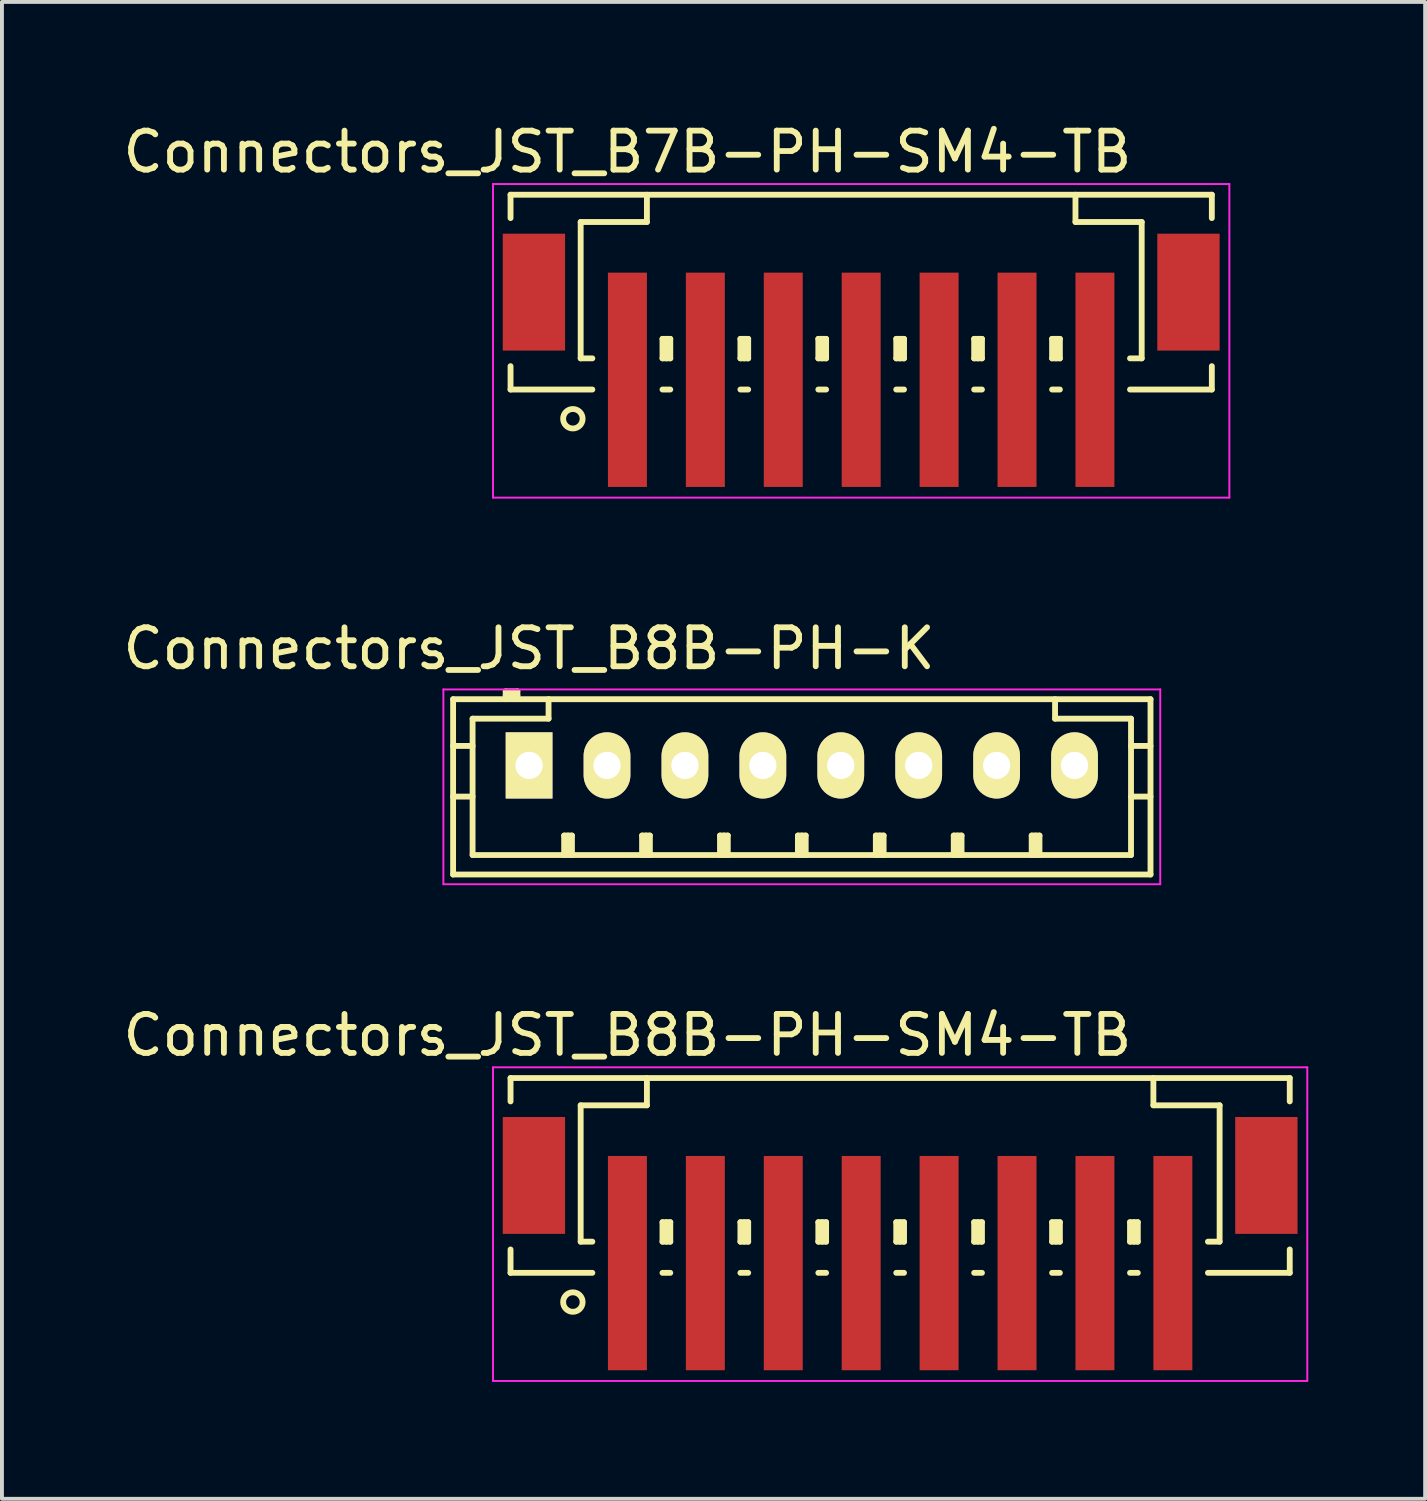
<source format=kicad_pcb>
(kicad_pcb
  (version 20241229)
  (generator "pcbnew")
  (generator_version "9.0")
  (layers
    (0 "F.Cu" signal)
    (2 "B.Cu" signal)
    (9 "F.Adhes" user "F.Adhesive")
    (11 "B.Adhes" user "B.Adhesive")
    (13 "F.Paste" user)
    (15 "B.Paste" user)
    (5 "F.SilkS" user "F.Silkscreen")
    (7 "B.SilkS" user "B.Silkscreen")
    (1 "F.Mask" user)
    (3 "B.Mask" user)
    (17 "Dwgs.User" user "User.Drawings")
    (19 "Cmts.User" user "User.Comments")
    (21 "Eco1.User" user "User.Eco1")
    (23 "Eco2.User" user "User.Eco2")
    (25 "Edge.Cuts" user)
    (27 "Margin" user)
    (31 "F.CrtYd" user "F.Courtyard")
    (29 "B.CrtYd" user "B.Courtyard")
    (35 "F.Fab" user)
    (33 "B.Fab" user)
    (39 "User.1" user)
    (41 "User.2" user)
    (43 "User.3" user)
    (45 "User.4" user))
  (footprint "Connectors_JST_B7B-PH-SM4-TB"
    (layer "F.Cu")
    (at 19.054 5.573)
    (property "Reference" "Connectors_JST_B7B-PH-SM4-TB" (at -6 -4.725 0) (layer "F.SilkS") (effects (font (size 1 1) (thickness 0.15))))
    (attr smd)
    (fp_line (start -9 -3.625) (end 9 -3.625) (stroke (width 0.15) (type solid)) (layer "F.SilkS"))
    (fp_line (start -9 -3.025) (end -9 -3.625) (stroke (width 0.15) (type solid)) (layer "F.SilkS"))
    (fp_line (start -9 0.775) (end -9 1.375) (stroke (width 0.15) (type solid)) (layer "F.SilkS"))
    (fp_line (start -9 1.375) (end -6.9 1.375) (stroke (width 0.15) (type solid)) (layer "F.SilkS"))
    (fp_line (start -7.2 -2.925) (end -7.2 0.575) (stroke (width 0.15) (type solid)) (layer "F.SilkS"))
    (fp_line (start -7.2 0.575) (end -6.9 0.575) (stroke (width 0.15) (type solid)) (layer "F.SilkS"))
    (fp_line (start -5.5 -3.625) (end -5.5 -2.925) (stroke (width 0.15) (type solid)) (layer "F.SilkS"))
    (fp_line (start -5.5 -2.925) (end -7.2 -2.925) (stroke (width 0.15) (type solid)) (layer "F.SilkS"))
    (fp_line (start -5.1 0.075) (end -4.9 0.075) (stroke (width 0.15) (type solid)) (layer "F.SilkS"))
    (fp_line (start -5.1 0.575) (end -5.1 0.075) (stroke (width 0.15) (type solid)) (layer "F.SilkS"))
    (fp_line (start -5.1 0.575) (end -4.9 0.575) (stroke (width 0.15) (type solid)) (layer "F.SilkS"))
    (fp_line (start -5.1 1.375) (end -4.9 1.375) (stroke (width 0.15) (type solid)) (layer "F.SilkS"))
    (fp_line (start -5 0.575) (end -5 0.075) (stroke (width 0.15) (type solid)) (layer "F.SilkS"))
    (fp_line (start -4.9 0.075) (end -4.9 0.575) (stroke (width 0.15) (type solid)) (layer "F.SilkS"))
    (fp_line (start -3.1 0.075) (end -2.9 0.075) (stroke (width 0.15) (type solid)) (layer "F.SilkS"))
    (fp_line (start -3.1 0.575) (end -3.1 0.075) (stroke (width 0.15) (type solid)) (layer "F.SilkS"))
    (fp_line (start -3.1 0.575) (end -2.9 0.575) (stroke (width 0.15) (type solid)) (layer "F.SilkS"))
    (fp_line (start -3.1 1.375) (end -2.9 1.375) (stroke (width 0.15) (type solid)) (layer "F.SilkS"))
    (fp_line (start -3 0.575) (end -3 0.075) (stroke (width 0.15) (type solid)) (layer "F.SilkS"))
    (fp_line (start -2.9 0.075) (end -2.9 0.575) (stroke (width 0.15) (type solid)) (layer "F.SilkS"))
    (fp_line (start -1.1 0.075) (end -0.9 0.075) (stroke (width 0.15) (type solid)) (layer "F.SilkS"))
    (fp_line (start -1.1 0.575) (end -1.1 0.075) (stroke (width 0.15) (type solid)) (layer "F.SilkS"))
    (fp_line (start -1.1 0.575) (end -0.9 0.575) (stroke (width 0.15) (type solid)) (layer "F.SilkS"))
    (fp_line (start -1.1 1.375) (end -0.9 1.375) (stroke (width 0.15) (type solid)) (layer "F.SilkS"))
    (fp_line (start -1 0.575) (end -1 0.075) (stroke (width 0.15) (type solid)) (layer "F.SilkS"))
    (fp_line (start -0.9 0.075) (end -0.9 0.575) (stroke (width 0.15) (type solid)) (layer "F.SilkS"))
    (fp_line (start 0.9 0.075) (end 1.1 0.075) (stroke (width 0.15) (type solid)) (layer "F.SilkS"))
    (fp_line (start 0.9 0.575) (end 0.9 0.075) (stroke (width 0.15) (type solid)) (layer "F.SilkS"))
    (fp_line (start 0.9 0.575) (end 1.1 0.575) (stroke (width 0.15) (type solid)) (layer "F.SilkS"))
    (fp_line (start 0.9 1.375) (end 1.1 1.375) (stroke (width 0.15) (type solid)) (layer "F.SilkS"))
    (fp_line (start 1 0.575) (end 1 0.075) (stroke (width 0.15) (type solid)) (layer "F.SilkS"))
    (fp_line (start 1.1 0.075) (end 1.1 0.575) (stroke (width 0.15) (type solid)) (layer "F.SilkS"))
    (fp_line (start 2.9 0.075) (end 3.1 0.075) (stroke (width 0.15) (type solid)) (layer "F.SilkS"))
    (fp_line (start 2.9 0.575) (end 2.9 0.075) (stroke (width 0.15) (type solid)) (layer "F.SilkS"))
    (fp_line (start 2.9 0.575) (end 3.1 0.575) (stroke (width 0.15) (type solid)) (layer "F.SilkS"))
    (fp_line (start 2.9 1.375) (end 3.1 1.375) (stroke (width 0.15) (type solid)) (layer "F.SilkS"))
    (fp_line (start 3 0.575) (end 3 0.075) (stroke (width 0.15) (type solid)) (layer "F.SilkS"))
    (fp_line (start 3.1 0.075) (end 3.1 0.575) (stroke (width 0.15) (type solid)) (layer "F.SilkS"))
    (fp_line (start 4.9 0.075) (end 5.1 0.075) (stroke (width 0.15) (type solid)) (layer "F.SilkS"))
    (fp_line (start 4.9 0.575) (end 4.9 0.075) (stroke (width 0.15) (type solid)) (layer "F.SilkS"))
    (fp_line (start 4.9 0.575) (end 5.1 0.575) (stroke (width 0.15) (type solid)) (layer "F.SilkS"))
    (fp_line (start 4.9 1.375) (end 5.1 1.375) (stroke (width 0.15) (type solid)) (layer "F.SilkS"))
    (fp_line (start 5 0.575) (end 5 0.075) (stroke (width 0.15) (type solid)) (layer "F.SilkS"))
    (fp_line (start 5.1 0.075) (end 5.1 0.575) (stroke (width 0.15) (type solid)) (layer "F.SilkS"))
    (fp_line (start 5.5 -3.625) (end 5.5 -2.925) (stroke (width 0.15) (type solid)) (layer "F.SilkS"))
    (fp_line (start 5.5 -2.925) (end 7.2 -2.925) (stroke (width 0.15) (type solid)) (layer "F.SilkS"))
    (fp_line (start 7.2 -2.925) (end 7.2 0.575) (stroke (width 0.15) (type solid)) (layer "F.SilkS"))
    (fp_line (start 7.2 0.575) (end 6.9 0.575) (stroke (width 0.15) (type solid)) (layer "F.SilkS"))
    (fp_line (start 9 -3.625) (end 9 -3.025) (stroke (width 0.15) (type solid)) (layer "F.SilkS"))
    (fp_line (start 9 0.775) (end 9 1.375) (stroke (width 0.15) (type solid)) (layer "F.SilkS"))
    (fp_line (start 9 1.375) (end 6.9 1.375) (stroke (width 0.15) (type solid)) (layer "F.SilkS"))
    (fp_circle (center -7.4 2.125) (end -7.15 2.125) (stroke (width 0.15) (type solid)) (fill no) (layer "F.SilkS"))
    (fp_line (start -9.45 -3.9) (end 9.45 -3.9) (stroke (width 0.05) (type solid)) (layer "F.CrtYd"))
    (fp_line (start -9.45 4.15) (end -9.45 -3.9) (stroke (width 0.05) (type solid)) (layer "F.CrtYd"))
    (fp_line (start 9.45 -3.9) (end 9.45 4.15) (stroke (width 0.05) (type solid)) (layer "F.CrtYd"))
    (fp_line (start 9.45 4.15) (end -9.45 4.15) (stroke (width 0.05) (type solid)) (layer "F.CrtYd"))
    (pad "" smd rect (at -8.4 -1.125) (size 1.6 3) (layers "F.Cu" "F.Mask" "F.Paste"))
    (pad "" smd rect (at 8.4 -1.125) (size 1.6 3) (layers "F.Cu" "F.Mask" "F.Paste"))
    (pad "1" smd rect (at -6 1.125) (size 1 5.5) (layers "F.Cu" "F.Mask" "F.Paste"))
    (pad "2" smd rect (at -4 1.125) (size 1 5.5) (layers "F.Cu" "F.Mask" "F.Paste"))
    (pad "3" smd rect (at -2 1.125) (size 1 5.5) (layers "F.Cu" "F.Mask" "F.Paste"))
    (pad "4" smd rect (at 0 1.125) (size 1 5.5) (layers "F.Cu" "F.Mask" "F.Paste"))
    (pad "5" smd rect (at 2 1.125) (size 1 5.5) (layers "F.Cu" "F.Mask" "F.Paste"))
    (pad "6" smd rect (at 4 1.125) (size 1 5.5) (layers "F.Cu" "F.Mask" "F.Paste"))
    (pad "7" smd rect (at 6 1.125) (size 1 5.5) (layers "F.Cu" "F.Mask" "F.Paste")))
  (footprint "Connectors_JST_B8B-PH-SM4-TB"
    (layer "F.Cu")
    (at 20.054 28.245)
    (property "Reference" "Connectors_JST_B8B-PH-SM4-TB" (at -7 -4.725 0) (layer "F.SilkS") (effects (font (size 1 1) (thickness 0.15))))
    (attr smd)
    (fp_line (start -10 -3.625) (end 10 -3.625) (stroke (width 0.15) (type solid)) (layer "F.SilkS"))
    (fp_line (start -10 -3.025) (end -10 -3.625) (stroke (width 0.15) (type solid)) (layer "F.SilkS"))
    (fp_line (start -10 0.775) (end -10 1.375) (stroke (width 0.15) (type solid)) (layer "F.SilkS"))
    (fp_line (start -10 1.375) (end -7.9 1.375) (stroke (width 0.15) (type solid)) (layer "F.SilkS"))
    (fp_line (start -8.2 -2.925) (end -8.2 0.575) (stroke (width 0.15) (type solid)) (layer "F.SilkS"))
    (fp_line (start -8.2 0.575) (end -7.9 0.575) (stroke (width 0.15) (type solid)) (layer "F.SilkS"))
    (fp_line (start -6.5 -3.625) (end -6.5 -2.925) (stroke (width 0.15) (type solid)) (layer "F.SilkS"))
    (fp_line (start -6.5 -2.925) (end -8.2 -2.925) (stroke (width 0.15) (type solid)) (layer "F.SilkS"))
    (fp_line (start -6.1 0.075) (end -5.9 0.075) (stroke (width 0.15) (type solid)) (layer "F.SilkS"))
    (fp_line (start -6.1 0.575) (end -6.1 0.075) (stroke (width 0.15) (type solid)) (layer "F.SilkS"))
    (fp_line (start -6.1 0.575) (end -5.9 0.575) (stroke (width 0.15) (type solid)) (layer "F.SilkS"))
    (fp_line (start -6.1 1.375) (end -5.9 1.375) (stroke (width 0.15) (type solid)) (layer "F.SilkS"))
    (fp_line (start -6 0.575) (end -6 0.075) (stroke (width 0.15) (type solid)) (layer "F.SilkS"))
    (fp_line (start -5.9 0.075) (end -5.9 0.575) (stroke (width 0.15) (type solid)) (layer "F.SilkS"))
    (fp_line (start -4.1 0.075) (end -3.9 0.075) (stroke (width 0.15) (type solid)) (layer "F.SilkS"))
    (fp_line (start -4.1 0.575) (end -4.1 0.075) (stroke (width 0.15) (type solid)) (layer "F.SilkS"))
    (fp_line (start -4.1 0.575) (end -3.9 0.575) (stroke (width 0.15) (type solid)) (layer "F.SilkS"))
    (fp_line (start -4.1 1.375) (end -3.9 1.375) (stroke (width 0.15) (type solid)) (layer "F.SilkS"))
    (fp_line (start -4 0.575) (end -4 0.075) (stroke (width 0.15) (type solid)) (layer "F.SilkS"))
    (fp_line (start -3.9 0.075) (end -3.9 0.575) (stroke (width 0.15) (type solid)) (layer "F.SilkS"))
    (fp_line (start -2.1 0.075) (end -1.9 0.075) (stroke (width 0.15) (type solid)) (layer "F.SilkS"))
    (fp_line (start -2.1 0.575) (end -2.1 0.075) (stroke (width 0.15) (type solid)) (layer "F.SilkS"))
    (fp_line (start -2.1 0.575) (end -1.9 0.575) (stroke (width 0.15) (type solid)) (layer "F.SilkS"))
    (fp_line (start -2.1 1.375) (end -1.9 1.375) (stroke (width 0.15) (type solid)) (layer "F.SilkS"))
    (fp_line (start -2 0.575) (end -2 0.075) (stroke (width 0.15) (type solid)) (layer "F.SilkS"))
    (fp_line (start -1.9 0.075) (end -1.9 0.575) (stroke (width 0.15) (type solid)) (layer "F.SilkS"))
    (fp_line (start -0.1 0.075) (end 0.1 0.075) (stroke (width 0.15) (type solid)) (layer "F.SilkS"))
    (fp_line (start -0.1 0.575) (end -0.1 0.075) (stroke (width 0.15) (type solid)) (layer "F.SilkS"))
    (fp_line (start -0.1 0.575) (end 0.1 0.575) (stroke (width 0.15) (type solid)) (layer "F.SilkS"))
    (fp_line (start -0.1 1.375) (end 0.1 1.375) (stroke (width 0.15) (type solid)) (layer "F.SilkS"))
    (fp_line (start 0 0.575) (end 0 0.075) (stroke (width 0.15) (type solid)) (layer "F.SilkS"))
    (fp_line (start 0.1 0.075) (end 0.1 0.575) (stroke (width 0.15) (type solid)) (layer "F.SilkS"))
    (fp_line (start 1.9 0.075) (end 2.1 0.075) (stroke (width 0.15) (type solid)) (layer "F.SilkS"))
    (fp_line (start 1.9 0.575) (end 1.9 0.075) (stroke (width 0.15) (type solid)) (layer "F.SilkS"))
    (fp_line (start 1.9 0.575) (end 2.1 0.575) (stroke (width 0.15) (type solid)) (layer "F.SilkS"))
    (fp_line (start 1.9 1.375) (end 2.1 1.375) (stroke (width 0.15) (type solid)) (layer "F.SilkS"))
    (fp_line (start 2 0.575) (end 2 0.075) (stroke (width 0.15) (type solid)) (layer "F.SilkS"))
    (fp_line (start 2.1 0.075) (end 2.1 0.575) (stroke (width 0.15) (type solid)) (layer "F.SilkS"))
    (fp_line (start 3.9 0.075) (end 4.1 0.075) (stroke (width 0.15) (type solid)) (layer "F.SilkS"))
    (fp_line (start 3.9 0.575) (end 3.9 0.075) (stroke (width 0.15) (type solid)) (layer "F.SilkS"))
    (fp_line (start 3.9 0.575) (end 4.1 0.575) (stroke (width 0.15) (type solid)) (layer "F.SilkS"))
    (fp_line (start 3.9 1.375) (end 4.1 1.375) (stroke (width 0.15) (type solid)) (layer "F.SilkS"))
    (fp_line (start 4 0.575) (end 4 0.075) (stroke (width 0.15) (type solid)) (layer "F.SilkS"))
    (fp_line (start 4.1 0.075) (end 4.1 0.575) (stroke (width 0.15) (type solid)) (layer "F.SilkS"))
    (fp_line (start 5.9 0.075) (end 6.1 0.075) (stroke (width 0.15) (type solid)) (layer "F.SilkS"))
    (fp_line (start 5.9 0.575) (end 5.9 0.075) (stroke (width 0.15) (type solid)) (layer "F.SilkS"))
    (fp_line (start 5.9 0.575) (end 6.1 0.575) (stroke (width 0.15) (type solid)) (layer "F.SilkS"))
    (fp_line (start 5.9 1.375) (end 6.1 1.375) (stroke (width 0.15) (type solid)) (layer "F.SilkS"))
    (fp_line (start 6 0.575) (end 6 0.075) (stroke (width 0.15) (type solid)) (layer "F.SilkS"))
    (fp_line (start 6.1 0.075) (end 6.1 0.575) (stroke (width 0.15) (type solid)) (layer "F.SilkS"))
    (fp_line (start 6.5 -3.625) (end 6.5 -2.925) (stroke (width 0.15) (type solid)) (layer "F.SilkS"))
    (fp_line (start 6.5 -2.925) (end 8.2 -2.925) (stroke (width 0.15) (type solid)) (layer "F.SilkS"))
    (fp_line (start 8.2 -2.925) (end 8.2 0.575) (stroke (width 0.15) (type solid)) (layer "F.SilkS"))
    (fp_line (start 8.2 0.575) (end 7.9 0.575) (stroke (width 0.15) (type solid)) (layer "F.SilkS"))
    (fp_line (start 10 -3.625) (end 10 -3.025) (stroke (width 0.15) (type solid)) (layer "F.SilkS"))
    (fp_line (start 10 0.775) (end 10 1.375) (stroke (width 0.15) (type solid)) (layer "F.SilkS"))
    (fp_line (start 10 1.375) (end 7.9 1.375) (stroke (width 0.15) (type solid)) (layer "F.SilkS"))
    (fp_circle (center -8.4 2.125) (end -8.15 2.125) (stroke (width 0.15) (type solid)) (fill no) (layer "F.SilkS"))
    (fp_line (start -10.45 -3.9) (end 10.45 -3.9) (stroke (width 0.05) (type solid)) (layer "F.CrtYd"))
    (fp_line (start -10.45 4.15) (end -10.45 -3.9) (stroke (width 0.05) (type solid)) (layer "F.CrtYd"))
    (fp_line (start 10.45 -3.9) (end 10.45 4.15) (stroke (width 0.05) (type solid)) (layer "F.CrtYd"))
    (fp_line (start 10.45 4.15) (end -10.45 4.15) (stroke (width 0.05) (type solid)) (layer "F.CrtYd"))
    (pad "" smd rect (at -9.4 -1.125) (size 1.6 3) (layers "F.Cu" "F.Mask" "F.Paste"))
    (pad "" smd rect (at 9.4 -1.125) (size 1.6 3) (layers "F.Cu" "F.Mask" "F.Paste"))
    (pad "1" smd rect (at -7 1.125) (size 1 5.5) (layers "F.Cu" "F.Mask" "F.Paste"))
    (pad "2" smd rect (at -5 1.125) (size 1 5.5) (layers "F.Cu" "F.Mask" "F.Paste"))
    (pad "3" smd rect (at -3 1.125) (size 1 5.5) (layers "F.Cu" "F.Mask" "F.Paste"))
    (pad "4" smd rect (at -1 1.125) (size 1 5.5) (layers "F.Cu" "F.Mask" "F.Paste"))
    (pad "5" smd rect (at 1 1.125) (size 1 5.5) (layers "F.Cu" "F.Mask" "F.Paste"))
    (pad "6" smd rect (at 3 1.125) (size 1 5.5) (layers "F.Cu" "F.Mask" "F.Paste"))
    (pad "7" smd rect (at 5 1.125) (size 1 5.5) (layers "F.Cu" "F.Mask" "F.Paste"))
    (pad "8" smd rect (at 7 1.125) (size 1 5.5) (layers "F.Cu" "F.Mask" "F.Paste")))
  (footprint "Connectors_JST_B8B-PH-K"
    (layer "F.Cu")
    (at 10.53 16.596)
    (property "Reference" "Connectors_JST_B8B-PH-K" (at 0 -3 0) (layer "F.SilkS") (effects (font (size 1 1) (thickness 0.15))))
    (attr through_hole)
    (fp_line (start -1.95 -1.7) (end 15.95 -1.7) (stroke (width 0.15) (type solid)) (layer "F.SilkS"))
    (fp_line (start -1.95 -0.5) (end -1.45 -0.5) (stroke (width 0.15) (type solid)) (layer "F.SilkS"))
    (fp_line (start -1.95 0.8) (end -1.45 0.8) (stroke (width 0.15) (type solid)) (layer "F.SilkS"))
    (fp_line (start -1.95 2.8) (end -1.95 -1.7) (stroke (width 0.15) (type solid)) (layer "F.SilkS"))
    (fp_line (start -1.45 -1.2) (end -1.45 2.3) (stroke (width 0.15) (type solid)) (layer "F.SilkS"))
    (fp_line (start -1.45 2.3) (end 15.45 2.3) (stroke (width 0.15) (type solid)) (layer "F.SilkS"))
    (fp_line (start -0.6 -1.9) (end -0.6 -1.7) (stroke (width 0.15) (type solid)) (layer "F.SilkS"))
    (fp_line (start -0.3 -1.9) (end -0.6 -1.9) (stroke (width 0.15) (type solid)) (layer "F.SilkS"))
    (fp_line (start -0.3 -1.8) (end -0.6 -1.8) (stroke (width 0.15) (type solid)) (layer "F.SilkS"))
    (fp_line (start -0.3 -1.7) (end -0.3 -1.9) (stroke (width 0.15) (type solid)) (layer "F.SilkS"))
    (fp_line (start 0.5 -1.7) (end 0.5 -1.2) (stroke (width 0.15) (type solid)) (layer "F.SilkS"))
    (fp_line (start 0.5 -1.2) (end -1.45 -1.2) (stroke (width 0.15) (type solid)) (layer "F.SilkS"))
    (fp_line (start 0.9 1.8) (end 1.1 1.8) (stroke (width 0.15) (type solid)) (layer "F.SilkS"))
    (fp_line (start 0.9 2.3) (end 0.9 1.8) (stroke (width 0.15) (type solid)) (layer "F.SilkS"))
    (fp_line (start 1 2.3) (end 1 1.8) (stroke (width 0.15) (type solid)) (layer "F.SilkS"))
    (fp_line (start 1.1 1.8) (end 1.1 2.3) (stroke (width 0.15) (type solid)) (layer "F.SilkS"))
    (fp_line (start 2.9 1.8) (end 3.1 1.8) (stroke (width 0.15) (type solid)) (layer "F.SilkS"))
    (fp_line (start 2.9 2.3) (end 2.9 1.8) (stroke (width 0.15) (type solid)) (layer "F.SilkS"))
    (fp_line (start 3 2.3) (end 3 1.8) (stroke (width 0.15) (type solid)) (layer "F.SilkS"))
    (fp_line (start 3.1 1.8) (end 3.1 2.3) (stroke (width 0.15) (type solid)) (layer "F.SilkS"))
    (fp_line (start 4.9 1.8) (end 5.1 1.8) (stroke (width 0.15) (type solid)) (layer "F.SilkS"))
    (fp_line (start 4.9 2.3) (end 4.9 1.8) (stroke (width 0.15) (type solid)) (layer "F.SilkS"))
    (fp_line (start 5 2.3) (end 5 1.8) (stroke (width 0.15) (type solid)) (layer "F.SilkS"))
    (fp_line (start 5.1 1.8) (end 5.1 2.3) (stroke (width 0.15) (type solid)) (layer "F.SilkS"))
    (fp_line (start 6.9 1.8) (end 7.1 1.8) (stroke (width 0.15) (type solid)) (layer "F.SilkS"))
    (fp_line (start 6.9 2.3) (end 6.9 1.8) (stroke (width 0.15) (type solid)) (layer "F.SilkS"))
    (fp_line (start 7 2.3) (end 7 1.8) (stroke (width 0.15) (type solid)) (layer "F.SilkS"))
    (fp_line (start 7.1 1.8) (end 7.1 2.3) (stroke (width 0.15) (type solid)) (layer "F.SilkS"))
    (fp_line (start 8.9 1.8) (end 9.1 1.8) (stroke (width 0.15) (type solid)) (layer "F.SilkS"))
    (fp_line (start 8.9 2.3) (end 8.9 1.8) (stroke (width 0.15) (type solid)) (layer "F.SilkS"))
    (fp_line (start 9 2.3) (end 9 1.8) (stroke (width 0.15) (type solid)) (layer "F.SilkS"))
    (fp_line (start 9.1 1.8) (end 9.1 2.3) (stroke (width 0.15) (type solid)) (layer "F.SilkS"))
    (fp_line (start 10.9 1.8) (end 11.1 1.8) (stroke (width 0.15) (type solid)) (layer "F.SilkS"))
    (fp_line (start 10.9 2.3) (end 10.9 1.8) (stroke (width 0.15) (type solid)) (layer "F.SilkS"))
    (fp_line (start 11 2.3) (end 11 1.8) (stroke (width 0.15) (type solid)) (layer "F.SilkS"))
    (fp_line (start 11.1 1.8) (end 11.1 2.3) (stroke (width 0.15) (type solid)) (layer "F.SilkS"))
    (fp_line (start 12.9 1.8) (end 13.1 1.8) (stroke (width 0.15) (type solid)) (layer "F.SilkS"))
    (fp_line (start 12.9 2.3) (end 12.9 1.8) (stroke (width 0.15) (type solid)) (layer "F.SilkS"))
    (fp_line (start 13 2.3) (end 13 1.8) (stroke (width 0.15) (type solid)) (layer "F.SilkS"))
    (fp_line (start 13.1 1.8) (end 13.1 2.3) (stroke (width 0.15) (type solid)) (layer "F.SilkS"))
    (fp_line (start 13.5 -1.2) (end 13.5 -1.7) (stroke (width 0.15) (type solid)) (layer "F.SilkS"))
    (fp_line (start 15.45 -1.2) (end 13.5 -1.2) (stroke (width 0.15) (type solid)) (layer "F.SilkS"))
    (fp_line (start 15.45 -0.5) (end 15.95 -0.5) (stroke (width 0.15) (type solid)) (layer "F.SilkS"))
    (fp_line (start 15.45 0.8) (end 15.95 0.8) (stroke (width 0.15) (type solid)) (layer "F.SilkS"))
    (fp_line (start 15.45 2.3) (end 15.45 -1.2) (stroke (width 0.15) (type solid)) (layer "F.SilkS"))
    (fp_line (start 15.95 -1.7) (end 15.95 2.8) (stroke (width 0.15) (type solid)) (layer "F.SilkS"))
    (fp_line (start 15.95 2.8) (end -1.95 2.8) (stroke (width 0.15) (type solid)) (layer "F.SilkS"))
    (fp_line (start -2.2 -1.95) (end 16.2 -1.95) (stroke (width 0.05) (type solid)) (layer "F.CrtYd"))
    (fp_line (start -2.2 3.05) (end -2.2 -1.95) (stroke (width 0.05) (type solid)) (layer "F.CrtYd"))
    (fp_line (start 16.2 -1.95) (end 16.2 3.05) (stroke (width 0.05) (type solid)) (layer "F.CrtYd"))
    (fp_line (start 16.2 3.05) (end -2.2 3.05) (stroke (width 0.05) (type solid)) (layer "F.CrtYd"))
    (pad "1" thru_hole rect (at 0 0) (size 1.2 1.7) (drill 0.7) (layers "*.Cu" "*.Mask" "F.SilkS"))
    (pad "2" thru_hole oval (at 2 0) (size 1.2 1.7) (drill 0.7) (layers "*.Cu" "*.Mask" "F.SilkS"))
    (pad "3" thru_hole oval (at 4 0) (size 1.2 1.7) (drill 0.7) (layers "*.Cu" "*.Mask" "F.SilkS"))
    (pad "4" thru_hole oval (at 6 0) (size 1.2 1.7) (drill 0.7) (layers "*.Cu" "*.Mask" "F.SilkS"))
    (pad "5" thru_hole oval (at 8 0) (size 1.2 1.7) (drill 0.7) (layers "*.Cu" "*.Mask" "F.SilkS"))
    (pad "6" thru_hole oval (at 10 0) (size 1.2 1.7) (drill 0.7) (layers "*.Cu" "*.Mask" "F.SilkS"))
    (pad "7" thru_hole oval (at 12 0) (size 1.2 1.7) (drill 0.7) (layers "*.Cu" "*.Mask" "F.SilkS"))
    (pad "8" thru_hole oval (at 14 0) (size 1.2 1.7) (drill 0.7) (layers "*.Cu" "*.Mask" "F.SilkS")))
  (gr_rect
    (start -3 -3)
    (end 33.529 35.42)
    (stroke (width 0.1) (type default))
    (fill no)
    (layer "Edge.Cuts")))
</source>
